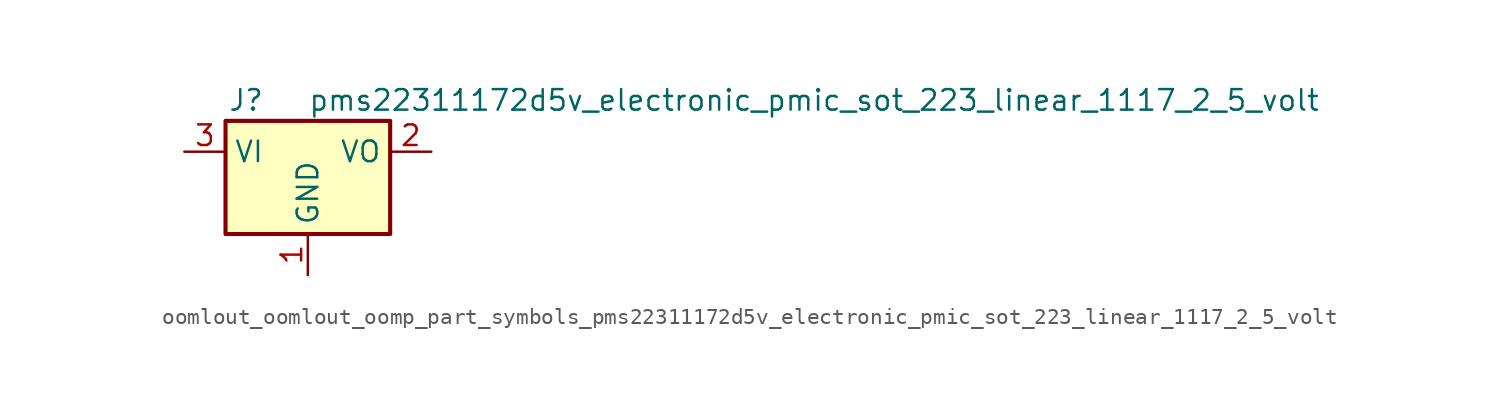
<source format=kicad_sym>
(kicad_symbol_lib
  (version 20220914)
  (generator kicad_symbol_editor)
  (symbol "oomlout_oomlout_oomp_part_symbols_pms22311172d5v_electronic_pmic_sot_223_linear_1117_2_5_volt"
    (property "Reference" "J"
      (at -3.81 3.175 0)
      (effects (font (size 1.27 1.27))))
    (property "Value" "pms22311172d5v_electronic_pmic_sot_223_linear_1117_2_5_volt"
      (at 0 3.175 0)
      (effects (font (size 1.27 1.27)) (justify left)))
    (symbol "oomlout_oomlout_oomp_part_symbols_pms22311172d5v_electronic_pmic_sot_223_linear_1117_2_5_volt_0_1"
      (rectangle (start -5.08 -5.08) (end 5.08 1.905) (stroke (width 0.254) (type default)) (fill (type background))))
    (symbol "oomlout_oomlout_oomp_part_symbols_pms22311172d5v_electronic_pmic_sot_223_linear_1117_2_5_volt_1_1"
      (pin power_in line (at 0 -7.62 90) (length 2.54) (name "GND" (effects (font (size 1.27 1.27)))) (number "1" (effects (font (size 1.27 1.27)))))
      (pin power_out line (at 7.62 0 180) (length 2.54) (name "VO" (effects (font (size 1.27 1.27)))) (number "2" (effects (font (size 1.27 1.27)))))
      (pin power_in line (at -7.62 0 0) (length 2.54) (name "VI" (effects (font (size 1.27 1.27)))) (number "3" (effects (font (size 1.27 1.27))))))))
</source>
